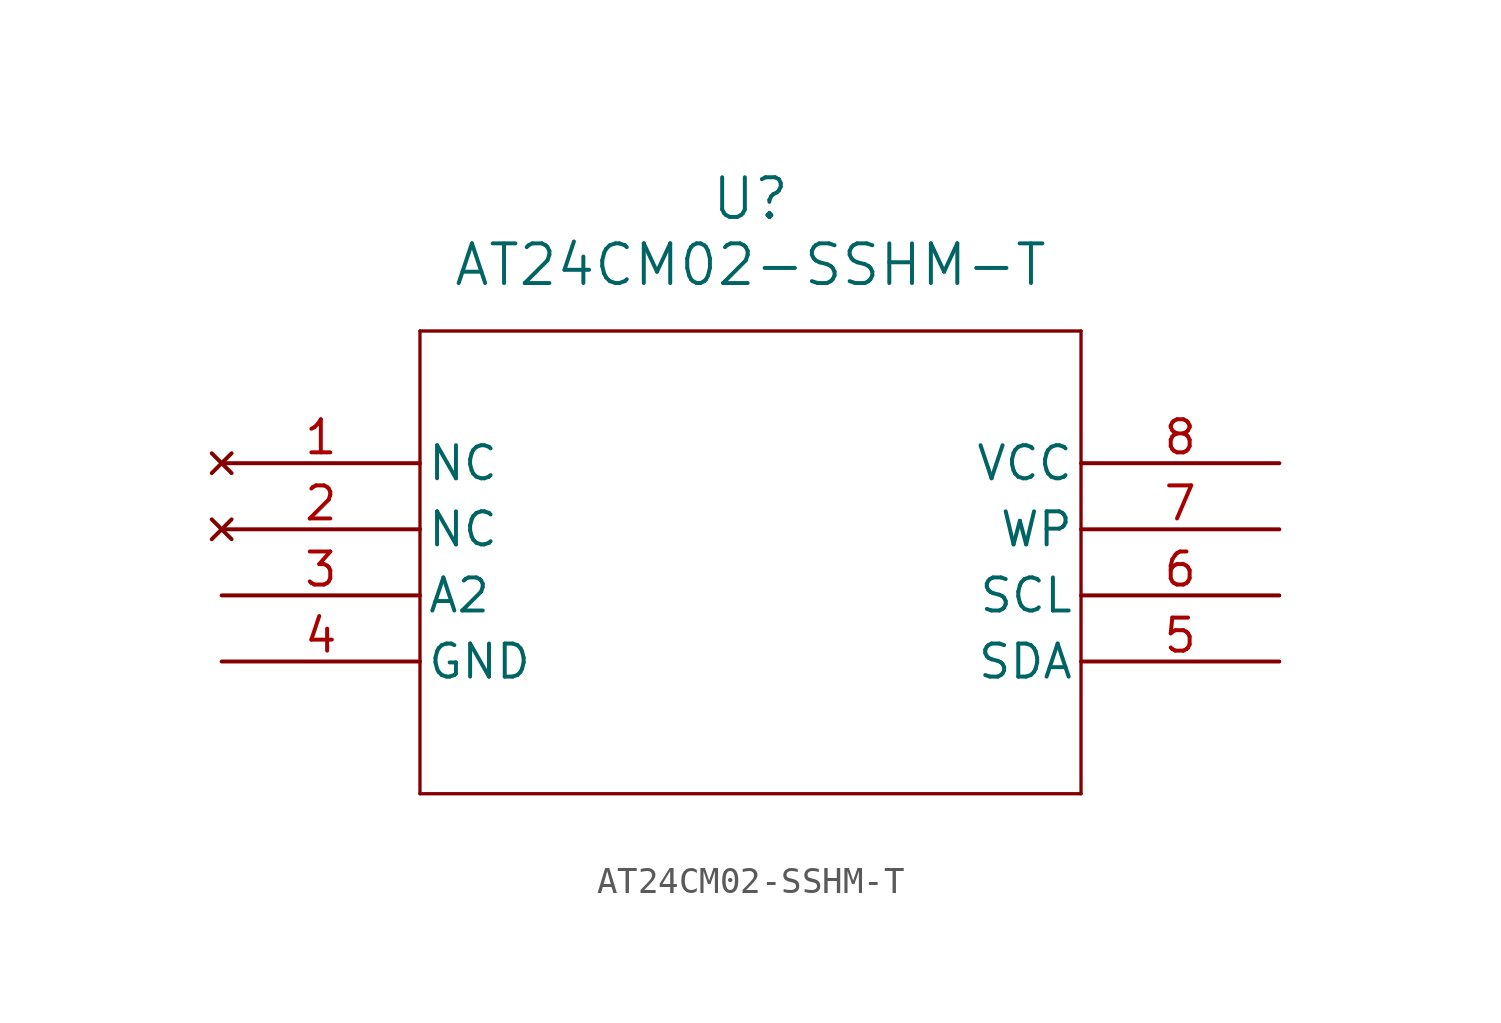
<source format=kicad_sym>
(kicad_symbol_lib
  (version 20211014)
  (generator kicad_symbol_editor)
  (symbol "AT24CM02-SSHM-T"
    (pin_names
      (offset 0.254))
    (property "Reference" "U"
      (at 20.32 10.16 0)
      (effects (font (size 1.524 1.524))))
    (property "Value" "AT24CM02-SSHM-T"
      (at 20.32 7.62 0)
      (effects (font (size 1.524 1.524))))
    (symbol "AT24CM02-SSHM-T_0_1"
      (polyline (pts (xy 7.62 5.08) (xy 7.62 -12.7)) (stroke (width 0.127) (type default) (color 0 0 0 0)) (fill (type none)))
      (polyline (pts (xy 7.62 -12.7) (xy 33.02 -12.7)) (stroke (width 0.127) (type default) (color 0 0 0 0)) (fill (type none)))
      (polyline (pts (xy 33.02 -12.7) (xy 33.02 5.08)) (stroke (width 0.127) (type default) (color 0 0 0 0)) (fill (type none)))
      (polyline (pts (xy 33.02 5.08) (xy 7.62 5.08)) (stroke (width 0.127) (type default) (color 0 0 0 0)) (fill (type none)))
      (pin no_connect line (at 0 0 0) (length 7.62) (name "NC" (effects (font (size 1.27 1.27)))) (number "1" (effects (font (size 1.27 1.27)))))
      (pin no_connect line (at 0 -2.54 0) (length 7.62) (name "NC" (effects (font (size 1.27 1.27)))) (number "2" (effects (font (size 1.27 1.27)))))
      (pin unspecified line (at 0 -5.08 0) (length 7.62) (name "A2" (effects (font (size 1.27 1.27)))) (number "3" (effects (font (size 1.27 1.27)))))
      (pin power_out line (at 0 -7.62 0) (length 7.62) (name "GND" (effects (font (size 1.27 1.27)))) (number "4" (effects (font (size 1.27 1.27)))))
      (pin unspecified line (at 40.64 -7.62 180) (length 7.62) (name "SDA" (effects (font (size 1.27 1.27)))) (number "5" (effects (font (size 1.27 1.27)))))
      (pin unspecified line (at 40.64 -5.08 180) (length 7.62) (name "SCL" (effects (font (size 1.27 1.27)))) (number "6" (effects (font (size 1.27 1.27)))))
      (pin unspecified line (at 40.64 -2.54 180) (length 7.62) (name "WP" (effects (font (size 1.27 1.27)))) (number "7" (effects (font (size 1.27 1.27)))))
      (pin power_in line (at 40.64 0 180) (length 7.62) (name "VCC" (effects (font (size 1.27 1.27)))) (number "8" (effects (font (size 1.27 1.27))))))))
</source>
